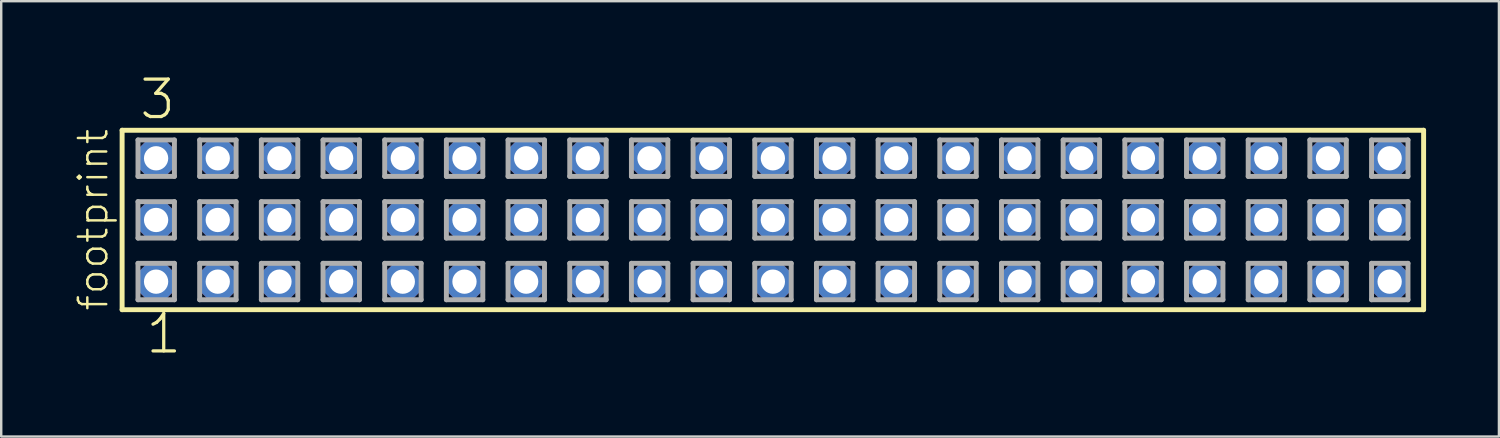
<source format=kicad_pcb>
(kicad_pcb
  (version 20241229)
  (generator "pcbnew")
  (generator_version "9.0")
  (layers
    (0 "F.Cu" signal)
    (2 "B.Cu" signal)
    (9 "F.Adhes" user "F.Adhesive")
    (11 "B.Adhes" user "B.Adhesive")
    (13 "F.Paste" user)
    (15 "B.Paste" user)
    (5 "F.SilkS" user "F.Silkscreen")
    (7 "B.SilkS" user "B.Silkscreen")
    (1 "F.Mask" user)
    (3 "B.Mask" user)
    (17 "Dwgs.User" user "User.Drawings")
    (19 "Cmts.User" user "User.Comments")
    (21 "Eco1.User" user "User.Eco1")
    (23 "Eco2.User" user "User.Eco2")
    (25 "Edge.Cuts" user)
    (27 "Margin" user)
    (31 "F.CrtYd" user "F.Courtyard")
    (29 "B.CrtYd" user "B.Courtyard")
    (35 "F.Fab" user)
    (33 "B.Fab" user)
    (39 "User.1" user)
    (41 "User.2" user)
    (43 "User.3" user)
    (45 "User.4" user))
  (footprint "footprint"
    (layer "F.Cu")
    (at 28.778 6.009)
    (property "Reference" "footprint" (at -27.305 3.81 90) (layer "F.SilkS") (effects (font (size 1.168 1.168) (thickness 0.102)) (justify left bottom)))
    (fp_line (start -26.799 -3.695) (end 26.799 -3.695) (stroke (width 0.203) (type solid)) (layer "F.SilkS"))
    (fp_line (start -26.799 3.695) (end -26.799 -3.695) (stroke (width 0.203) (type solid)) (layer "F.SilkS"))
    (fp_line (start 26.799 -3.695) (end 26.799 3.695) (stroke (width 0.203) (type solid)) (layer "F.SilkS"))
    (fp_line (start 26.799 3.695) (end -26.799 3.695) (stroke (width 0.203) (type solid)) (layer "F.SilkS"))
    (fp_line (start -26.145 -3.295) (end -24.645 -3.295) (stroke (width 0.203) (type solid)) (layer "F.Fab"))
    (fp_line (start -26.145 -1.795) (end -26.145 -3.295) (stroke (width 0.203) (type solid)) (layer "F.Fab"))
    (fp_line (start -26.145 -0.755) (end -24.645 -0.755) (stroke (width 0.203) (type solid)) (layer "F.Fab"))
    (fp_line (start -26.145 0.745) (end -26.145 -0.755) (stroke (width 0.203) (type solid)) (layer "F.Fab"))
    (fp_line (start -26.145 1.785) (end -24.645 1.785) (stroke (width 0.203) (type solid)) (layer "F.Fab"))
    (fp_line (start -26.145 3.285) (end -26.145 1.785) (stroke (width 0.203) (type solid)) (layer "F.Fab"))
    (fp_line (start -24.645 -3.295) (end -24.645 -1.795) (stroke (width 0.203) (type solid)) (layer "F.Fab"))
    (fp_line (start -24.645 -1.795) (end -26.145 -1.795) (stroke (width 0.203) (type solid)) (layer "F.Fab"))
    (fp_line (start -24.645 -0.755) (end -24.645 0.745) (stroke (width 0.203) (type solid)) (layer "F.Fab"))
    (fp_line (start -24.645 0.745) (end -26.145 0.745) (stroke (width 0.203) (type solid)) (layer "F.Fab"))
    (fp_line (start -24.645 1.785) (end -24.645 3.285) (stroke (width 0.203) (type solid)) (layer "F.Fab"))
    (fp_line (start -24.645 3.285) (end -26.145 3.285) (stroke (width 0.203) (type solid)) (layer "F.Fab"))
    (fp_line (start -23.605 -3.295) (end -22.105 -3.295) (stroke (width 0.203) (type solid)) (layer "F.Fab"))
    (fp_line (start -23.605 -1.795) (end -23.605 -3.295) (stroke (width 0.203) (type solid)) (layer "F.Fab"))
    (fp_line (start -23.605 -0.755) (end -22.105 -0.755) (stroke (width 0.203) (type solid)) (layer "F.Fab"))
    (fp_line (start -23.605 0.745) (end -23.605 -0.755) (stroke (width 0.203) (type solid)) (layer "F.Fab"))
    (fp_line (start -23.605 1.785) (end -22.105 1.785) (stroke (width 0.203) (type solid)) (layer "F.Fab"))
    (fp_line (start -23.605 3.285) (end -23.605 1.785) (stroke (width 0.203) (type solid)) (layer "F.Fab"))
    (fp_line (start -22.105 -3.295) (end -22.105 -1.795) (stroke (width 0.203) (type solid)) (layer "F.Fab"))
    (fp_line (start -22.105 -1.795) (end -23.605 -1.795) (stroke (width 0.203) (type solid)) (layer "F.Fab"))
    (fp_line (start -22.105 -0.755) (end -22.105 0.745) (stroke (width 0.203) (type solid)) (layer "F.Fab"))
    (fp_line (start -22.105 0.745) (end -23.605 0.745) (stroke (width 0.203) (type solid)) (layer "F.Fab"))
    (fp_line (start -22.105 1.785) (end -22.105 3.285) (stroke (width 0.203) (type solid)) (layer "F.Fab"))
    (fp_line (start -22.105 3.285) (end -23.605 3.285) (stroke (width 0.203) (type solid)) (layer "F.Fab"))
    (fp_line (start -21.065 -3.295) (end -19.565 -3.295) (stroke (width 0.203) (type solid)) (layer "F.Fab"))
    (fp_line (start -21.065 -1.795) (end -21.065 -3.295) (stroke (width 0.203) (type solid)) (layer "F.Fab"))
    (fp_line (start -21.065 -0.755) (end -19.565 -0.755) (stroke (width 0.203) (type solid)) (layer "F.Fab"))
    (fp_line (start -21.065 0.745) (end -21.065 -0.755) (stroke (width 0.203) (type solid)) (layer "F.Fab"))
    (fp_line (start -21.065 1.785) (end -19.565 1.785) (stroke (width 0.203) (type solid)) (layer "F.Fab"))
    (fp_line (start -21.065 3.285) (end -21.065 1.785) (stroke (width 0.203) (type solid)) (layer "F.Fab"))
    (fp_line (start -19.565 -3.295) (end -19.565 -1.795) (stroke (width 0.203) (type solid)) (layer "F.Fab"))
    (fp_line (start -19.565 -1.795) (end -21.065 -1.795) (stroke (width 0.203) (type solid)) (layer "F.Fab"))
    (fp_line (start -19.565 -0.755) (end -19.565 0.745) (stroke (width 0.203) (type solid)) (layer "F.Fab"))
    (fp_line (start -19.565 0.745) (end -21.065 0.745) (stroke (width 0.203) (type solid)) (layer "F.Fab"))
    (fp_line (start -19.565 1.785) (end -19.565 3.285) (stroke (width 0.203) (type solid)) (layer "F.Fab"))
    (fp_line (start -19.565 3.285) (end -21.065 3.285) (stroke (width 0.203) (type solid)) (layer "F.Fab"))
    (fp_line (start -18.525 -3.295) (end -17.025 -3.295) (stroke (width 0.203) (type solid)) (layer "F.Fab"))
    (fp_line (start -18.525 -1.795) (end -18.525 -3.295) (stroke (width 0.203) (type solid)) (layer "F.Fab"))
    (fp_line (start -18.525 -0.755) (end -17.025 -0.755) (stroke (width 0.203) (type solid)) (layer "F.Fab"))
    (fp_line (start -18.525 0.745) (end -18.525 -0.755) (stroke (width 0.203) (type solid)) (layer "F.Fab"))
    (fp_line (start -18.525 1.785) (end -17.025 1.785) (stroke (width 0.203) (type solid)) (layer "F.Fab"))
    (fp_line (start -18.525 3.285) (end -18.525 1.785) (stroke (width 0.203) (type solid)) (layer "F.Fab"))
    (fp_line (start -17.025 -3.295) (end -17.025 -1.795) (stroke (width 0.203) (type solid)) (layer "F.Fab"))
    (fp_line (start -17.025 -1.795) (end -18.525 -1.795) (stroke (width 0.203) (type solid)) (layer "F.Fab"))
    (fp_line (start -17.025 -0.755) (end -17.025 0.745) (stroke (width 0.203) (type solid)) (layer "F.Fab"))
    (fp_line (start -17.025 0.745) (end -18.525 0.745) (stroke (width 0.203) (type solid)) (layer "F.Fab"))
    (fp_line (start -17.025 1.785) (end -17.025 3.285) (stroke (width 0.203) (type solid)) (layer "F.Fab"))
    (fp_line (start -17.025 3.285) (end -18.525 3.285) (stroke (width 0.203) (type solid)) (layer "F.Fab"))
    (fp_line (start -15.985 -3.295) (end -14.485 -3.295) (stroke (width 0.203) (type solid)) (layer "F.Fab"))
    (fp_line (start -15.985 -1.795) (end -15.985 -3.295) (stroke (width 0.203) (type solid)) (layer "F.Fab"))
    (fp_line (start -15.985 -0.755) (end -14.485 -0.755) (stroke (width 0.203) (type solid)) (layer "F.Fab"))
    (fp_line (start -15.985 0.745) (end -15.985 -0.755) (stroke (width 0.203) (type solid)) (layer "F.Fab"))
    (fp_line (start -15.985 1.785) (end -14.485 1.785) (stroke (width 0.203) (type solid)) (layer "F.Fab"))
    (fp_line (start -15.985 3.285) (end -15.985 1.785) (stroke (width 0.203) (type solid)) (layer "F.Fab"))
    (fp_line (start -14.485 -3.295) (end -14.485 -1.795) (stroke (width 0.203) (type solid)) (layer "F.Fab"))
    (fp_line (start -14.485 -1.795) (end -15.985 -1.795) (stroke (width 0.203) (type solid)) (layer "F.Fab"))
    (fp_line (start -14.485 -0.755) (end -14.485 0.745) (stroke (width 0.203) (type solid)) (layer "F.Fab"))
    (fp_line (start -14.485 0.745) (end -15.985 0.745) (stroke (width 0.203) (type solid)) (layer "F.Fab"))
    (fp_line (start -14.485 1.785) (end -14.485 3.285) (stroke (width 0.203) (type solid)) (layer "F.Fab"))
    (fp_line (start -14.485 3.285) (end -15.985 3.285) (stroke (width 0.203) (type solid)) (layer "F.Fab"))
    (fp_line (start -13.445 -3.295) (end -11.945 -3.295) (stroke (width 0.203) (type solid)) (layer "F.Fab"))
    (fp_line (start -13.445 -1.795) (end -13.445 -3.295) (stroke (width 0.203) (type solid)) (layer "F.Fab"))
    (fp_line (start -13.445 -0.755) (end -11.945 -0.755) (stroke (width 0.203) (type solid)) (layer "F.Fab"))
    (fp_line (start -13.445 0.745) (end -13.445 -0.755) (stroke (width 0.203) (type solid)) (layer "F.Fab"))
    (fp_line (start -13.445 1.785) (end -11.945 1.785) (stroke (width 0.203) (type solid)) (layer "F.Fab"))
    (fp_line (start -13.445 3.285) (end -13.445 1.785) (stroke (width 0.203) (type solid)) (layer "F.Fab"))
    (fp_line (start -11.945 -3.295) (end -11.945 -1.795) (stroke (width 0.203) (type solid)) (layer "F.Fab"))
    (fp_line (start -11.945 -1.795) (end -13.445 -1.795) (stroke (width 0.203) (type solid)) (layer "F.Fab"))
    (fp_line (start -11.945 -0.755) (end -11.945 0.745) (stroke (width 0.203) (type solid)) (layer "F.Fab"))
    (fp_line (start -11.945 0.745) (end -13.445 0.745) (stroke (width 0.203) (type solid)) (layer "F.Fab"))
    (fp_line (start -11.945 1.785) (end -11.945 3.285) (stroke (width 0.203) (type solid)) (layer "F.Fab"))
    (fp_line (start -11.945 3.285) (end -13.445 3.285) (stroke (width 0.203) (type solid)) (layer "F.Fab"))
    (fp_line (start -10.905 -3.295) (end -9.405 -3.295) (stroke (width 0.203) (type solid)) (layer "F.Fab"))
    (fp_line (start -10.905 -1.795) (end -10.905 -3.295) (stroke (width 0.203) (type solid)) (layer "F.Fab"))
    (fp_line (start -10.905 -0.755) (end -9.405 -0.755) (stroke (width 0.203) (type solid)) (layer "F.Fab"))
    (fp_line (start -10.905 0.745) (end -10.905 -0.755) (stroke (width 0.203) (type solid)) (layer "F.Fab"))
    (fp_line (start -10.905 1.785) (end -9.405 1.785) (stroke (width 0.203) (type solid)) (layer "F.Fab"))
    (fp_line (start -10.905 3.285) (end -10.905 1.785) (stroke (width 0.203) (type solid)) (layer "F.Fab"))
    (fp_line (start -9.405 -3.295) (end -9.405 -1.795) (stroke (width 0.203) (type solid)) (layer "F.Fab"))
    (fp_line (start -9.405 -1.795) (end -10.905 -1.795) (stroke (width 0.203) (type solid)) (layer "F.Fab"))
    (fp_line (start -9.405 -0.755) (end -9.405 0.745) (stroke (width 0.203) (type solid)) (layer "F.Fab"))
    (fp_line (start -9.405 0.745) (end -10.905 0.745) (stroke (width 0.203) (type solid)) (layer "F.Fab"))
    (fp_line (start -9.405 1.785) (end -9.405 3.285) (stroke (width 0.203) (type solid)) (layer "F.Fab"))
    (fp_line (start -9.405 3.285) (end -10.905 3.285) (stroke (width 0.203) (type solid)) (layer "F.Fab"))
    (fp_line (start -8.365 -3.295) (end -6.865 -3.295) (stroke (width 0.203) (type solid)) (layer "F.Fab"))
    (fp_line (start -8.365 -1.795) (end -8.365 -3.295) (stroke (width 0.203) (type solid)) (layer "F.Fab"))
    (fp_line (start -8.365 -0.755) (end -6.865 -0.755) (stroke (width 0.203) (type solid)) (layer "F.Fab"))
    (fp_line (start -8.365 0.745) (end -8.365 -0.755) (stroke (width 0.203) (type solid)) (layer "F.Fab"))
    (fp_line (start -8.365 1.785) (end -6.865 1.785) (stroke (width 0.203) (type solid)) (layer "F.Fab"))
    (fp_line (start -8.365 3.285) (end -8.365 1.785) (stroke (width 0.203) (type solid)) (layer "F.Fab"))
    (fp_line (start -6.865 -3.295) (end -6.865 -1.795) (stroke (width 0.203) (type solid)) (layer "F.Fab"))
    (fp_line (start -6.865 -1.795) (end -8.365 -1.795) (stroke (width 0.203) (type solid)) (layer "F.Fab"))
    (fp_line (start -6.865 -0.755) (end -6.865 0.745) (stroke (width 0.203) (type solid)) (layer "F.Fab"))
    (fp_line (start -6.865 0.745) (end -8.365 0.745) (stroke (width 0.203) (type solid)) (layer "F.Fab"))
    (fp_line (start -6.865 1.785) (end -6.865 3.285) (stroke (width 0.203) (type solid)) (layer "F.Fab"))
    (fp_line (start -6.865 3.285) (end -8.365 3.285) (stroke (width 0.203) (type solid)) (layer "F.Fab"))
    (fp_line (start -5.825 -3.295) (end -4.325 -3.295) (stroke (width 0.203) (type solid)) (layer "F.Fab"))
    (fp_line (start -5.825 -1.795) (end -5.825 -3.295) (stroke (width 0.203) (type solid)) (layer "F.Fab"))
    (fp_line (start -5.825 -0.755) (end -4.325 -0.755) (stroke (width 0.203) (type solid)) (layer "F.Fab"))
    (fp_line (start -5.825 0.745) (end -5.825 -0.755) (stroke (width 0.203) (type solid)) (layer "F.Fab"))
    (fp_line (start -5.825 1.785) (end -4.325 1.785) (stroke (width 0.203) (type solid)) (layer "F.Fab"))
    (fp_line (start -5.825 3.285) (end -5.825 1.785) (stroke (width 0.203) (type solid)) (layer "F.Fab"))
    (fp_line (start -4.325 -3.295) (end -4.325 -1.795) (stroke (width 0.203) (type solid)) (layer "F.Fab"))
    (fp_line (start -4.325 -1.795) (end -5.825 -1.795) (stroke (width 0.203) (type solid)) (layer "F.Fab"))
    (fp_line (start -4.325 -0.755) (end -4.325 0.745) (stroke (width 0.203) (type solid)) (layer "F.Fab"))
    (fp_line (start -4.325 0.745) (end -5.825 0.745) (stroke (width 0.203) (type solid)) (layer "F.Fab"))
    (fp_line (start -4.325 1.785) (end -4.325 3.285) (stroke (width 0.203) (type solid)) (layer "F.Fab"))
    (fp_line (start -4.325 3.285) (end -5.825 3.285) (stroke (width 0.203) (type solid)) (layer "F.Fab"))
    (fp_line (start -3.285 -3.295) (end -1.785 -3.295) (stroke (width 0.203) (type solid)) (layer "F.Fab"))
    (fp_line (start -3.285 -1.795) (end -3.285 -3.295) (stroke (width 0.203) (type solid)) (layer "F.Fab"))
    (fp_line (start -3.285 -0.755) (end -1.785 -0.755) (stroke (width 0.203) (type solid)) (layer "F.Fab"))
    (fp_line (start -3.285 0.745) (end -3.285 -0.755) (stroke (width 0.203) (type solid)) (layer "F.Fab"))
    (fp_line (start -3.285 1.785) (end -1.785 1.785) (stroke (width 0.203) (type solid)) (layer "F.Fab"))
    (fp_line (start -3.285 3.285) (end -3.285 1.785) (stroke (width 0.203) (type solid)) (layer "F.Fab"))
    (fp_line (start -1.785 -3.295) (end -1.785 -1.795) (stroke (width 0.203) (type solid)) (layer "F.Fab"))
    (fp_line (start -1.785 -1.795) (end -3.285 -1.795) (stroke (width 0.203) (type solid)) (layer "F.Fab"))
    (fp_line (start -1.785 -0.755) (end -1.785 0.745) (stroke (width 0.203) (type solid)) (layer "F.Fab"))
    (fp_line (start -1.785 0.745) (end -3.285 0.745) (stroke (width 0.203) (type solid)) (layer "F.Fab"))
    (fp_line (start -1.785 1.785) (end -1.785 3.285) (stroke (width 0.203) (type solid)) (layer "F.Fab"))
    (fp_line (start -1.785 3.285) (end -3.285 3.285) (stroke (width 0.203) (type solid)) (layer "F.Fab"))
    (fp_line (start -0.745 -3.295) (end 0.755 -3.295) (stroke (width 0.203) (type solid)) (layer "F.Fab"))
    (fp_line (start -0.745 -1.795) (end -0.745 -3.295) (stroke (width 0.203) (type solid)) (layer "F.Fab"))
    (fp_line (start -0.745 -0.755) (end 0.755 -0.755) (stroke (width 0.203) (type solid)) (layer "F.Fab"))
    (fp_line (start -0.745 0.745) (end -0.745 -0.755) (stroke (width 0.203) (type solid)) (layer "F.Fab"))
    (fp_line (start -0.745 1.785) (end 0.755 1.785) (stroke (width 0.203) (type solid)) (layer "F.Fab"))
    (fp_line (start -0.745 3.285) (end -0.745 1.785) (stroke (width 0.203) (type solid)) (layer "F.Fab"))
    (fp_line (start 0.755 -3.295) (end 0.755 -1.795) (stroke (width 0.203) (type solid)) (layer "F.Fab"))
    (fp_line (start 0.755 -1.795) (end -0.745 -1.795) (stroke (width 0.203) (type solid)) (layer "F.Fab"))
    (fp_line (start 0.755 -0.755) (end 0.755 0.745) (stroke (width 0.203) (type solid)) (layer "F.Fab"))
    (fp_line (start 0.755 0.745) (end -0.745 0.745) (stroke (width 0.203) (type solid)) (layer "F.Fab"))
    (fp_line (start 0.755 1.785) (end 0.755 3.285) (stroke (width 0.203) (type solid)) (layer "F.Fab"))
    (fp_line (start 0.755 3.285) (end -0.745 3.285) (stroke (width 0.203) (type solid)) (layer "F.Fab"))
    (fp_line (start 1.795 -3.295) (end 3.295 -3.295) (stroke (width 0.203) (type solid)) (layer "F.Fab"))
    (fp_line (start 1.795 -1.795) (end 1.795 -3.295) (stroke (width 0.203) (type solid)) (layer "F.Fab"))
    (fp_line (start 1.795 -0.755) (end 3.295 -0.755) (stroke (width 0.203) (type solid)) (layer "F.Fab"))
    (fp_line (start 1.795 0.745) (end 1.795 -0.755) (stroke (width 0.203) (type solid)) (layer "F.Fab"))
    (fp_line (start 1.795 1.785) (end 3.295 1.785) (stroke (width 0.203) (type solid)) (layer "F.Fab"))
    (fp_line (start 1.795 3.285) (end 1.795 1.785) (stroke (width 0.203) (type solid)) (layer "F.Fab"))
    (fp_line (start 3.295 -3.295) (end 3.295 -1.795) (stroke (width 0.203) (type solid)) (layer "F.Fab"))
    (fp_line (start 3.295 -1.795) (end 1.795 -1.795) (stroke (width 0.203) (type solid)) (layer "F.Fab"))
    (fp_line (start 3.295 -0.755) (end 3.295 0.745) (stroke (width 0.203) (type solid)) (layer "F.Fab"))
    (fp_line (start 3.295 0.745) (end 1.795 0.745) (stroke (width 0.203) (type solid)) (layer "F.Fab"))
    (fp_line (start 3.295 1.785) (end 3.295 3.285) (stroke (width 0.203) (type solid)) (layer "F.Fab"))
    (fp_line (start 3.295 3.285) (end 1.795 3.285) (stroke (width 0.203) (type solid)) (layer "F.Fab"))
    (fp_line (start 4.335 -3.295) (end 5.835 -3.295) (stroke (width 0.203) (type solid)) (layer "F.Fab"))
    (fp_line (start 4.335 -1.795) (end 4.335 -3.295) (stroke (width 0.203) (type solid)) (layer "F.Fab"))
    (fp_line (start 4.335 -0.755) (end 5.835 -0.755) (stroke (width 0.203) (type solid)) (layer "F.Fab"))
    (fp_line (start 4.335 0.745) (end 4.335 -0.755) (stroke (width 0.203) (type solid)) (layer "F.Fab"))
    (fp_line (start 4.335 1.785) (end 5.835 1.785) (stroke (width 0.203) (type solid)) (layer "F.Fab"))
    (fp_line (start 4.335 3.285) (end 4.335 1.785) (stroke (width 0.203) (type solid)) (layer "F.Fab"))
    (fp_line (start 5.835 -3.295) (end 5.835 -1.795) (stroke (width 0.203) (type solid)) (layer "F.Fab"))
    (fp_line (start 5.835 -1.795) (end 4.335 -1.795) (stroke (width 0.203) (type solid)) (layer "F.Fab"))
    (fp_line (start 5.835 -0.755) (end 5.835 0.745) (stroke (width 0.203) (type solid)) (layer "F.Fab"))
    (fp_line (start 5.835 0.745) (end 4.335 0.745) (stroke (width 0.203) (type solid)) (layer "F.Fab"))
    (fp_line (start 5.835 1.785) (end 5.835 3.285) (stroke (width 0.203) (type solid)) (layer "F.Fab"))
    (fp_line (start 5.835 3.285) (end 4.335 3.285) (stroke (width 0.203) (type solid)) (layer "F.Fab"))
    (fp_line (start 6.875 -3.295) (end 8.375 -3.295) (stroke (width 0.203) (type solid)) (layer "F.Fab"))
    (fp_line (start 6.875 -1.795) (end 6.875 -3.295) (stroke (width 0.203) (type solid)) (layer "F.Fab"))
    (fp_line (start 6.875 -0.755) (end 8.375 -0.755) (stroke (width 0.203) (type solid)) (layer "F.Fab"))
    (fp_line (start 6.875 0.745) (end 6.875 -0.755) (stroke (width 0.203) (type solid)) (layer "F.Fab"))
    (fp_line (start 6.875 1.785) (end 8.375 1.785) (stroke (width 0.203) (type solid)) (layer "F.Fab"))
    (fp_line (start 6.875 3.285) (end 6.875 1.785) (stroke (width 0.203) (type solid)) (layer "F.Fab"))
    (fp_line (start 8.375 -3.295) (end 8.375 -1.795) (stroke (width 0.203) (type solid)) (layer "F.Fab"))
    (fp_line (start 8.375 -1.795) (end 6.875 -1.795) (stroke (width 0.203) (type solid)) (layer "F.Fab"))
    (fp_line (start 8.375 -0.755) (end 8.375 0.745) (stroke (width 0.203) (type solid)) (layer "F.Fab"))
    (fp_line (start 8.375 0.745) (end 6.875 0.745) (stroke (width 0.203) (type solid)) (layer "F.Fab"))
    (fp_line (start 8.375 1.785) (end 8.375 3.285) (stroke (width 0.203) (type solid)) (layer "F.Fab"))
    (fp_line (start 8.375 3.285) (end 6.875 3.285) (stroke (width 0.203) (type solid)) (layer "F.Fab"))
    (fp_line (start 9.415 -3.295) (end 10.915 -3.295) (stroke (width 0.203) (type solid)) (layer "F.Fab"))
    (fp_line (start 9.415 -1.795) (end 9.415 -3.295) (stroke (width 0.203) (type solid)) (layer "F.Fab"))
    (fp_line (start 9.415 -0.755) (end 10.915 -0.755) (stroke (width 0.203) (type solid)) (layer "F.Fab"))
    (fp_line (start 9.415 0.745) (end 9.415 -0.755) (stroke (width 0.203) (type solid)) (layer "F.Fab"))
    (fp_line (start 9.415 1.785) (end 10.915 1.785) (stroke (width 0.203) (type solid)) (layer "F.Fab"))
    (fp_line (start 9.415 3.285) (end 9.415 1.785) (stroke (width 0.203) (type solid)) (layer "F.Fab"))
    (fp_line (start 10.915 -3.295) (end 10.915 -1.795) (stroke (width 0.203) (type solid)) (layer "F.Fab"))
    (fp_line (start 10.915 -1.795) (end 9.415 -1.795) (stroke (width 0.203) (type solid)) (layer "F.Fab"))
    (fp_line (start 10.915 -0.755) (end 10.915 0.745) (stroke (width 0.203) (type solid)) (layer "F.Fab"))
    (fp_line (start 10.915 0.745) (end 9.415 0.745) (stroke (width 0.203) (type solid)) (layer "F.Fab"))
    (fp_line (start 10.915 1.785) (end 10.915 3.285) (stroke (width 0.203) (type solid)) (layer "F.Fab"))
    (fp_line (start 10.915 3.285) (end 9.415 3.285) (stroke (width 0.203) (type solid)) (layer "F.Fab"))
    (fp_line (start 11.955 -3.295) (end 13.455 -3.295) (stroke (width 0.203) (type solid)) (layer "F.Fab"))
    (fp_line (start 11.955 -1.795) (end 11.955 -3.295) (stroke (width 0.203) (type solid)) (layer "F.Fab"))
    (fp_line (start 11.955 -0.755) (end 13.455 -0.755) (stroke (width 0.203) (type solid)) (layer "F.Fab"))
    (fp_line (start 11.955 0.745) (end 11.955 -0.755) (stroke (width 0.203) (type solid)) (layer "F.Fab"))
    (fp_line (start 11.955 1.785) (end 13.455 1.785) (stroke (width 0.203) (type solid)) (layer "F.Fab"))
    (fp_line (start 11.955 3.285) (end 11.955 1.785) (stroke (width 0.203) (type solid)) (layer "F.Fab"))
    (fp_line (start 13.455 -3.295) (end 13.455 -1.795) (stroke (width 0.203) (type solid)) (layer "F.Fab"))
    (fp_line (start 13.455 -1.795) (end 11.955 -1.795) (stroke (width 0.203) (type solid)) (layer "F.Fab"))
    (fp_line (start 13.455 -0.755) (end 13.455 0.745) (stroke (width 0.203) (type solid)) (layer "F.Fab"))
    (fp_line (start 13.455 0.745) (end 11.955 0.745) (stroke (width 0.203) (type solid)) (layer "F.Fab"))
    (fp_line (start 13.455 1.785) (end 13.455 3.285) (stroke (width 0.203) (type solid)) (layer "F.Fab"))
    (fp_line (start 13.455 3.285) (end 11.955 3.285) (stroke (width 0.203) (type solid)) (layer "F.Fab"))
    (fp_line (start 14.495 -3.295) (end 15.995 -3.295) (stroke (width 0.203) (type solid)) (layer "F.Fab"))
    (fp_line (start 14.495 -1.795) (end 14.495 -3.295) (stroke (width 0.203) (type solid)) (layer "F.Fab"))
    (fp_line (start 14.495 -0.755) (end 15.995 -0.755) (stroke (width 0.203) (type solid)) (layer "F.Fab"))
    (fp_line (start 14.495 0.745) (end 14.495 -0.755) (stroke (width 0.203) (type solid)) (layer "F.Fab"))
    (fp_line (start 14.495 1.785) (end 15.995 1.785) (stroke (width 0.203) (type solid)) (layer "F.Fab"))
    (fp_line (start 14.495 3.285) (end 14.495 1.785) (stroke (width 0.203) (type solid)) (layer "F.Fab"))
    (fp_line (start 15.995 -3.295) (end 15.995 -1.795) (stroke (width 0.203) (type solid)) (layer "F.Fab"))
    (fp_line (start 15.995 -1.795) (end 14.495 -1.795) (stroke (width 0.203) (type solid)) (layer "F.Fab"))
    (fp_line (start 15.995 -0.755) (end 15.995 0.745) (stroke (width 0.203) (type solid)) (layer "F.Fab"))
    (fp_line (start 15.995 0.745) (end 14.495 0.745) (stroke (width 0.203) (type solid)) (layer "F.Fab"))
    (fp_line (start 15.995 1.785) (end 15.995 3.285) (stroke (width 0.203) (type solid)) (layer "F.Fab"))
    (fp_line (start 15.995 3.285) (end 14.495 3.285) (stroke (width 0.203) (type solid)) (layer "F.Fab"))
    (fp_line (start 17.035 -3.295) (end 18.535 -3.295) (stroke (width 0.203) (type solid)) (layer "F.Fab"))
    (fp_line (start 17.035 -1.795) (end 17.035 -3.295) (stroke (width 0.203) (type solid)) (layer "F.Fab"))
    (fp_line (start 17.035 -0.755) (end 18.535 -0.755) (stroke (width 0.203) (type solid)) (layer "F.Fab"))
    (fp_line (start 17.035 0.745) (end 17.035 -0.755) (stroke (width 0.203) (type solid)) (layer "F.Fab"))
    (fp_line (start 17.035 1.785) (end 18.535 1.785) (stroke (width 0.203) (type solid)) (layer "F.Fab"))
    (fp_line (start 17.035 3.285) (end 17.035 1.785) (stroke (width 0.203) (type solid)) (layer "F.Fab"))
    (fp_line (start 18.535 -3.295) (end 18.535 -1.795) (stroke (width 0.203) (type solid)) (layer "F.Fab"))
    (fp_line (start 18.535 -1.795) (end 17.035 -1.795) (stroke (width 0.203) (type solid)) (layer "F.Fab"))
    (fp_line (start 18.535 -0.755) (end 18.535 0.745) (stroke (width 0.203) (type solid)) (layer "F.Fab"))
    (fp_line (start 18.535 0.745) (end 17.035 0.745) (stroke (width 0.203) (type solid)) (layer "F.Fab"))
    (fp_line (start 18.535 1.785) (end 18.535 3.285) (stroke (width 0.203) (type solid)) (layer "F.Fab"))
    (fp_line (start 18.535 3.285) (end 17.035 3.285) (stroke (width 0.203) (type solid)) (layer "F.Fab"))
    (fp_line (start 19.575 -3.295) (end 21.075 -3.295) (stroke (width 0.203) (type solid)) (layer "F.Fab"))
    (fp_line (start 19.575 -1.795) (end 19.575 -3.295) (stroke (width 0.203) (type solid)) (layer "F.Fab"))
    (fp_line (start 19.575 -0.755) (end 21.075 -0.755) (stroke (width 0.203) (type solid)) (layer "F.Fab"))
    (fp_line (start 19.575 0.745) (end 19.575 -0.755) (stroke (width 0.203) (type solid)) (layer "F.Fab"))
    (fp_line (start 19.575 1.785) (end 21.075 1.785) (stroke (width 0.203) (type solid)) (layer "F.Fab"))
    (fp_line (start 19.575 3.285) (end 19.575 1.785) (stroke (width 0.203) (type solid)) (layer "F.Fab"))
    (fp_line (start 21.075 -3.295) (end 21.075 -1.795) (stroke (width 0.203) (type solid)) (layer "F.Fab"))
    (fp_line (start 21.075 -1.795) (end 19.575 -1.795) (stroke (width 0.203) (type solid)) (layer "F.Fab"))
    (fp_line (start 21.075 -0.755) (end 21.075 0.745) (stroke (width 0.203) (type solid)) (layer "F.Fab"))
    (fp_line (start 21.075 0.745) (end 19.575 0.745) (stroke (width 0.203) (type solid)) (layer "F.Fab"))
    (fp_line (start 21.075 1.785) (end 21.075 3.285) (stroke (width 0.203) (type solid)) (layer "F.Fab"))
    (fp_line (start 21.075 3.285) (end 19.575 3.285) (stroke (width 0.203) (type solid)) (layer "F.Fab"))
    (fp_line (start 22.115 -3.295) (end 23.615 -3.295) (stroke (width 0.203) (type solid)) (layer "F.Fab"))
    (fp_line (start 22.115 -1.795) (end 22.115 -3.295) (stroke (width 0.203) (type solid)) (layer "F.Fab"))
    (fp_line (start 22.115 -0.755) (end 23.615 -0.755) (stroke (width 0.203) (type solid)) (layer "F.Fab"))
    (fp_line (start 22.115 0.745) (end 22.115 -0.755) (stroke (width 0.203) (type solid)) (layer "F.Fab"))
    (fp_line (start 22.115 1.785) (end 23.615 1.785) (stroke (width 0.203) (type solid)) (layer "F.Fab"))
    (fp_line (start 22.115 3.285) (end 22.115 1.785) (stroke (width 0.203) (type solid)) (layer "F.Fab"))
    (fp_line (start 23.615 -3.295) (end 23.615 -1.795) (stroke (width 0.203) (type solid)) (layer "F.Fab"))
    (fp_line (start 23.615 -1.795) (end 22.115 -1.795) (stroke (width 0.203) (type solid)) (layer "F.Fab"))
    (fp_line (start 23.615 -0.755) (end 23.615 0.745) (stroke (width 0.203) (type solid)) (layer "F.Fab"))
    (fp_line (start 23.615 0.745) (end 22.115 0.745) (stroke (width 0.203) (type solid)) (layer "F.Fab"))
    (fp_line (start 23.615 1.785) (end 23.615 3.285) (stroke (width 0.203) (type solid)) (layer "F.Fab"))
    (fp_line (start 23.615 3.285) (end 22.115 3.285) (stroke (width 0.203) (type solid)) (layer "F.Fab"))
    (fp_line (start 24.655 -3.295) (end 26.155 -3.295) (stroke (width 0.203) (type solid)) (layer "F.Fab"))
    (fp_line (start 24.655 -1.795) (end 24.655 -3.295) (stroke (width 0.203) (type solid)) (layer "F.Fab"))
    (fp_line (start 24.655 -0.755) (end 26.155 -0.755) (stroke (width 0.203) (type solid)) (layer "F.Fab"))
    (fp_line (start 24.655 0.745) (end 24.655 -0.755) (stroke (width 0.203) (type solid)) (layer "F.Fab"))
    (fp_line (start 24.655 1.785) (end 26.155 1.785) (stroke (width 0.203) (type solid)) (layer "F.Fab"))
    (fp_line (start 24.655 3.285) (end 24.655 1.785) (stroke (width 0.203) (type solid)) (layer "F.Fab"))
    (fp_line (start 26.155 -3.295) (end 26.155 -1.795) (stroke (width 0.203) (type solid)) (layer "F.Fab"))
    (fp_line (start 26.155 -1.795) (end 24.655 -1.795) (stroke (width 0.203) (type solid)) (layer "F.Fab"))
    (fp_line (start 26.155 -0.755) (end 26.155 0.745) (stroke (width 0.203) (type solid)) (layer "F.Fab"))
    (fp_line (start 26.155 0.745) (end 24.655 0.745) (stroke (width 0.203) (type solid)) (layer "F.Fab"))
    (fp_line (start 26.155 1.785) (end 26.155 3.285) (stroke (width 0.203) (type solid)) (layer "F.Fab"))
    (fp_line (start 26.155 3.285) (end 24.655 3.285) (stroke (width 0.203) (type solid)) (layer "F.Fab"))
    (fp_text user "3" (at -26.162 -4.064 0) (layer "F.SilkS") (effects (font (size 1.542 1.542) (thickness 0.134)) (justify left bottom)))
    (fp_text user "1" (at -25.908 5.588 0) (layer "F.SilkS") (effects (font (size 1.542 1.542) (thickness 0.134)) (justify left bottom)))
    (pad "1" thru_hole roundrect (at -25.4 2.54) (size 1.5 1.5) (drill 1) (layers "*.Cu" "*.Mask") (roundrect_rratio 0.25) (chamfer_ratio 0.25) (chamfer top_left top_right bottom_left bottom_right))
    (pad "2" thru_hole roundrect (at -25.4 0) (size 1.5 1.5) (drill 1) (layers "*.Cu" "*.Mask") (roundrect_rratio 0.25) (chamfer_ratio 0.25) (chamfer top_left top_right bottom_left bottom_right))
    (pad "3" thru_hole roundrect (at -25.4 -2.54) (size 1.5 1.5) (drill 1) (layers "*.Cu" "*.Mask") (roundrect_rratio 0.25) (chamfer_ratio 0.25) (chamfer top_left top_right bottom_left bottom_right))
    (pad "4" thru_hole roundrect (at -22.86 2.54) (size 1.5 1.5) (drill 1) (layers "*.Cu" "*.Mask") (roundrect_rratio 0.25) (chamfer_ratio 0.25) (chamfer top_left top_right bottom_left bottom_right))
    (pad "5" thru_hole roundrect (at -22.86 0) (size 1.5 1.5) (drill 1) (layers "*.Cu" "*.Mask") (roundrect_rratio 0.25) (chamfer_ratio 0.25) (chamfer top_left top_right bottom_left bottom_right))
    (pad "6" thru_hole roundrect (at -22.86 -2.54) (size 1.5 1.5) (drill 1) (layers "*.Cu" "*.Mask") (roundrect_rratio 0.25) (chamfer_ratio 0.25) (chamfer top_left top_right bottom_left bottom_right))
    (pad "7" thru_hole roundrect (at -20.32 2.54) (size 1.5 1.5) (drill 1) (layers "*.Cu" "*.Mask") (roundrect_rratio 0.25) (chamfer_ratio 0.25) (chamfer top_left top_right bottom_left bottom_right))
    (pad "8" thru_hole roundrect (at -20.32 0) (size 1.5 1.5) (drill 1) (layers "*.Cu" "*.Mask") (roundrect_rratio 0.25) (chamfer_ratio 0.25) (chamfer top_left top_right bottom_left bottom_right))
    (pad "9" thru_hole roundrect (at -20.32 -2.54) (size 1.5 1.5) (drill 1) (layers "*.Cu" "*.Mask") (roundrect_rratio 0.25) (chamfer_ratio 0.25) (chamfer top_left top_right bottom_left bottom_right))
    (pad "10" thru_hole roundrect (at -17.78 2.54) (size 1.5 1.5) (drill 1) (layers "*.Cu" "*.Mask") (roundrect_rratio 0.25) (chamfer_ratio 0.25) (chamfer top_left top_right bottom_left bottom_right))
    (pad "11" thru_hole roundrect (at -17.78 0) (size 1.5 1.5) (drill 1) (layers "*.Cu" "*.Mask") (roundrect_rratio 0.25) (chamfer_ratio 0.25) (chamfer top_left top_right bottom_left bottom_right))
    (pad "12" thru_hole roundrect (at -17.78 -2.54) (size 1.5 1.5) (drill 1) (layers "*.Cu" "*.Mask") (roundrect_rratio 0.25) (chamfer_ratio 0.25) (chamfer top_left top_right bottom_left bottom_right))
    (pad "13" thru_hole roundrect (at -15.24 2.54) (size 1.5 1.5) (drill 1) (layers "*.Cu" "*.Mask") (roundrect_rratio 0.25) (chamfer_ratio 0.25) (chamfer top_left top_right bottom_left bottom_right))
    (pad "14" thru_hole roundrect (at -15.24 0) (size 1.5 1.5) (drill 1) (layers "*.Cu" "*.Mask") (roundrect_rratio 0.25) (chamfer_ratio 0.25) (chamfer top_left top_right bottom_left bottom_right))
    (pad "15" thru_hole roundrect (at -15.24 -2.54) (size 1.5 1.5) (drill 1) (layers "*.Cu" "*.Mask") (roundrect_rratio 0.25) (chamfer_ratio 0.25) (chamfer top_left top_right bottom_left bottom_right))
    (pad "16" thru_hole roundrect (at -12.7 2.54) (size 1.5 1.5) (drill 1) (layers "*.Cu" "*.Mask") (roundrect_rratio 0.25) (chamfer_ratio 0.25) (chamfer top_left top_right bottom_left bottom_right))
    (pad "17" thru_hole roundrect (at -12.7 0) (size 1.5 1.5) (drill 1) (layers "*.Cu" "*.Mask") (roundrect_rratio 0.25) (chamfer_ratio 0.25) (chamfer top_left top_right bottom_left bottom_right))
    (pad "18" thru_hole roundrect (at -12.7 -2.54) (size 1.5 1.5) (drill 1) (layers "*.Cu" "*.Mask") (roundrect_rratio 0.25) (chamfer_ratio 0.25) (chamfer top_left top_right bottom_left bottom_right))
    (pad "19" thru_hole roundrect (at -10.16 2.54) (size 1.5 1.5) (drill 1) (layers "*.Cu" "*.Mask") (roundrect_rratio 0.25) (chamfer_ratio 0.25) (chamfer top_left top_right bottom_left bottom_right))
    (pad "20" thru_hole roundrect (at -10.16 0) (size 1.5 1.5) (drill 1) (layers "*.Cu" "*.Mask") (roundrect_rratio 0.25) (chamfer_ratio 0.25) (chamfer top_left top_right bottom_left bottom_right))
    (pad "21" thru_hole roundrect (at -10.16 -2.54) (size 1.5 1.5) (drill 1) (layers "*.Cu" "*.Mask") (roundrect_rratio 0.25) (chamfer_ratio 0.25) (chamfer top_left top_right bottom_left bottom_right))
    (pad "22" thru_hole roundrect (at -7.62 2.54) (size 1.5 1.5) (drill 1) (layers "*.Cu" "*.Mask") (roundrect_rratio 0.25) (chamfer_ratio 0.25) (chamfer top_left top_right bottom_left bottom_right))
    (pad "23" thru_hole roundrect (at -7.62 0) (size 1.5 1.5) (drill 1) (layers "*.Cu" "*.Mask") (roundrect_rratio 0.25) (chamfer_ratio 0.25) (chamfer top_left top_right bottom_left bottom_right))
    (pad "24" thru_hole roundrect (at -7.62 -2.54) (size 1.5 1.5) (drill 1) (layers "*.Cu" "*.Mask") (roundrect_rratio 0.25) (chamfer_ratio 0.25) (chamfer top_left top_right bottom_left bottom_right))
    (pad "25" thru_hole roundrect (at -5.08 2.54) (size 1.5 1.5) (drill 1) (layers "*.Cu" "*.Mask") (roundrect_rratio 0.25) (chamfer_ratio 0.25) (chamfer top_left top_right bottom_left bottom_right))
    (pad "26" thru_hole roundrect (at -5.08 0) (size 1.5 1.5) (drill 1) (layers "*.Cu" "*.Mask") (roundrect_rratio 0.25) (chamfer_ratio 0.25) (chamfer top_left top_right bottom_left bottom_right))
    (pad "27" thru_hole roundrect (at -5.08 -2.54) (size 1.5 1.5) (drill 1) (layers "*.Cu" "*.Mask") (roundrect_rratio 0.25) (chamfer_ratio 0.25) (chamfer top_left top_right bottom_left bottom_right))
    (pad "28" thru_hole roundrect (at -2.54 2.54) (size 1.5 1.5) (drill 1) (layers "*.Cu" "*.Mask") (roundrect_rratio 0.25) (chamfer_ratio 0.25) (chamfer top_left top_right bottom_left bottom_right))
    (pad "29" thru_hole roundrect (at -2.54 0) (size 1.5 1.5) (drill 1) (layers "*.Cu" "*.Mask") (roundrect_rratio 0.25) (chamfer_ratio 0.25) (chamfer top_left top_right bottom_left bottom_right))
    (pad "30" thru_hole roundrect (at -2.54 -2.54) (size 1.5 1.5) (drill 1) (layers "*.Cu" "*.Mask") (roundrect_rratio 0.25) (chamfer_ratio 0.25) (chamfer top_left top_right bottom_left bottom_right))
    (pad "31" thru_hole roundrect (at 0 2.54) (size 1.5 1.5) (drill 1) (layers "*.Cu" "*.Mask") (roundrect_rratio 0.25) (chamfer_ratio 0.25) (chamfer top_left top_right bottom_left bottom_right))
    (pad "32" thru_hole roundrect (at 0 0) (size 1.5 1.5) (drill 1) (layers "*.Cu" "*.Mask") (roundrect_rratio 0.25) (chamfer_ratio 0.25) (chamfer top_left top_right bottom_left bottom_right))
    (pad "33" thru_hole roundrect (at 0 -2.54) (size 1.5 1.5) (drill 1) (layers "*.Cu" "*.Mask") (roundrect_rratio 0.25) (chamfer_ratio 0.25) (chamfer top_left top_right bottom_left bottom_right))
    (pad "34" thru_hole roundrect (at 2.54 2.54) (size 1.5 1.5) (drill 1) (layers "*.Cu" "*.Mask") (roundrect_rratio 0.25) (chamfer_ratio 0.25) (chamfer top_left top_right bottom_left bottom_right))
    (pad "35" thru_hole roundrect (at 2.54 0) (size 1.5 1.5) (drill 1) (layers "*.Cu" "*.Mask") (roundrect_rratio 0.25) (chamfer_ratio 0.25) (chamfer top_left top_right bottom_left bottom_right))
    (pad "36" thru_hole roundrect (at 2.54 -2.54) (size 1.5 1.5) (drill 1) (layers "*.Cu" "*.Mask") (roundrect_rratio 0.25) (chamfer_ratio 0.25) (chamfer top_left top_right bottom_left bottom_right))
    (pad "37" thru_hole roundrect (at 5.08 2.54) (size 1.5 1.5) (drill 1) (layers "*.Cu" "*.Mask") (roundrect_rratio 0.25) (chamfer_ratio 0.25) (chamfer top_left top_right bottom_left bottom_right))
    (pad "38" thru_hole roundrect (at 5.08 0) (size 1.5 1.5) (drill 1) (layers "*.Cu" "*.Mask") (roundrect_rratio 0.25) (chamfer_ratio 0.25) (chamfer top_left top_right bottom_left bottom_right))
    (pad "39" thru_hole roundrect (at 5.08 -2.54) (size 1.5 1.5) (drill 1) (layers "*.Cu" "*.Mask") (roundrect_rratio 0.25) (chamfer_ratio 0.25) (chamfer top_left top_right bottom_left bottom_right))
    (pad "40" thru_hole roundrect (at 7.62 2.54) (size 1.5 1.5) (drill 1) (layers "*.Cu" "*.Mask") (roundrect_rratio 0.25) (chamfer_ratio 0.25) (chamfer top_left top_right bottom_left bottom_right))
    (pad "41" thru_hole roundrect (at 7.62 0) (size 1.5 1.5) (drill 1) (layers "*.Cu" "*.Mask") (roundrect_rratio 0.25) (chamfer_ratio 0.25) (chamfer top_left top_right bottom_left bottom_right))
    (pad "42" thru_hole roundrect (at 7.62 -2.54) (size 1.5 1.5) (drill 1) (layers "*.Cu" "*.Mask") (roundrect_rratio 0.25) (chamfer_ratio 0.25) (chamfer top_left top_right bottom_left bottom_right))
    (pad "43" thru_hole roundrect (at 10.16 2.54) (size 1.5 1.5) (drill 1) (layers "*.Cu" "*.Mask") (roundrect_rratio 0.25) (chamfer_ratio 0.25) (chamfer top_left top_right bottom_left bottom_right))
    (pad "44" thru_hole roundrect (at 10.16 0) (size 1.5 1.5) (drill 1) (layers "*.Cu" "*.Mask") (roundrect_rratio 0.25) (chamfer_ratio 0.25) (chamfer top_left top_right bottom_left bottom_right))
    (pad "45" thru_hole roundrect (at 10.16 -2.54) (size 1.5 1.5) (drill 1) (layers "*.Cu" "*.Mask") (roundrect_rratio 0.25) (chamfer_ratio 0.25) (chamfer top_left top_right bottom_left bottom_right))
    (pad "46" thru_hole roundrect (at 12.7 2.54) (size 1.5 1.5) (drill 1) (layers "*.Cu" "*.Mask") (roundrect_rratio 0.25) (chamfer_ratio 0.25) (chamfer top_left top_right bottom_left bottom_right))
    (pad "47" thru_hole roundrect (at 12.7 0) (size 1.5 1.5) (drill 1) (layers "*.Cu" "*.Mask") (roundrect_rratio 0.25) (chamfer_ratio 0.25) (chamfer top_left top_right bottom_left bottom_right))
    (pad "48" thru_hole roundrect (at 12.7 -2.54) (size 1.5 1.5) (drill 1) (layers "*.Cu" "*.Mask") (roundrect_rratio 0.25) (chamfer_ratio 0.25) (chamfer top_left top_right bottom_left bottom_right))
    (pad "49" thru_hole roundrect (at 15.24 2.54) (size 1.5 1.5) (drill 1) (layers "*.Cu" "*.Mask") (roundrect_rratio 0.25) (chamfer_ratio 0.25) (chamfer top_left top_right bottom_left bottom_right))
    (pad "50" thru_hole roundrect (at 15.24 0) (size 1.5 1.5) (drill 1) (layers "*.Cu" "*.Mask") (roundrect_rratio 0.25) (chamfer_ratio 0.25) (chamfer top_left top_right bottom_left bottom_right))
    (pad "51" thru_hole roundrect (at 15.24 -2.54) (size 1.5 1.5) (drill 1) (layers "*.Cu" "*.Mask") (roundrect_rratio 0.25) (chamfer_ratio 0.25) (chamfer top_left top_right bottom_left bottom_right))
    (pad "52" thru_hole roundrect (at 17.78 2.54) (size 1.5 1.5) (drill 1) (layers "*.Cu" "*.Mask") (roundrect_rratio 0.25) (chamfer_ratio 0.25) (chamfer top_left top_right bottom_left bottom_right))
    (pad "53" thru_hole roundrect (at 17.78 0) (size 1.5 1.5) (drill 1) (layers "*.Cu" "*.Mask") (roundrect_rratio 0.25) (chamfer_ratio 0.25) (chamfer top_left top_right bottom_left bottom_right))
    (pad "54" thru_hole roundrect (at 17.78 -2.54) (size 1.5 1.5) (drill 1) (layers "*.Cu" "*.Mask") (roundrect_rratio 0.25) (chamfer_ratio 0.25) (chamfer top_left top_right bottom_left bottom_right))
    (pad "55" thru_hole roundrect (at 20.32 2.54) (size 1.5 1.5) (drill 1) (layers "*.Cu" "*.Mask") (roundrect_rratio 0.25) (chamfer_ratio 0.25) (chamfer top_left top_right bottom_left bottom_right))
    (pad "56" thru_hole roundrect (at 20.32 0) (size 1.5 1.5) (drill 1) (layers "*.Cu" "*.Mask") (roundrect_rratio 0.25) (chamfer_ratio 0.25) (chamfer top_left top_right bottom_left bottom_right))
    (pad "57" thru_hole roundrect (at 20.32 -2.54) (size 1.5 1.5) (drill 1) (layers "*.Cu" "*.Mask") (roundrect_rratio 0.25) (chamfer_ratio 0.25) (chamfer top_left top_right bottom_left bottom_right))
    (pad "58" thru_hole roundrect (at 22.86 2.54) (size 1.5 1.5) (drill 1) (layers "*.Cu" "*.Mask") (roundrect_rratio 0.25) (chamfer_ratio 0.25) (chamfer top_left top_right bottom_left bottom_right))
    (pad "59" thru_hole roundrect (at 22.86 0) (size 1.5 1.5) (drill 1) (layers "*.Cu" "*.Mask") (roundrect_rratio 0.25) (chamfer_ratio 0.25) (chamfer top_left top_right bottom_left bottom_right))
    (pad "60" thru_hole roundrect (at 22.86 -2.54) (size 1.5 1.5) (drill 1) (layers "*.Cu" "*.Mask") (roundrect_rratio 0.25) (chamfer_ratio 0.25) (chamfer top_left top_right bottom_left bottom_right))
    (pad "61" thru_hole roundrect (at 25.4 2.54) (size 1.5 1.5) (drill 1) (layers "*.Cu" "*.Mask") (roundrect_rratio 0.25) (chamfer_ratio 0.25) (chamfer top_left top_right bottom_left bottom_right))
    (pad "62" thru_hole roundrect (at 25.4 0) (size 1.5 1.5) (drill 1) (layers "*.Cu" "*.Mask") (roundrect_rratio 0.25) (chamfer_ratio 0.25) (chamfer top_left top_right bottom_left bottom_right))
    (pad "63" thru_hole roundrect (at 25.4 -2.54) (size 1.5 1.5) (drill 1) (layers "*.Cu" "*.Mask") (roundrect_rratio 0.25) (chamfer_ratio 0.25) (chamfer top_left top_right bottom_left bottom_right)))
  (gr_rect
    (start -3 -3)
    (end 58.679 14.927)
    (stroke (width 0.1) (type default))
    (fill no)
    (layer "Edge.Cuts")))
</source>
